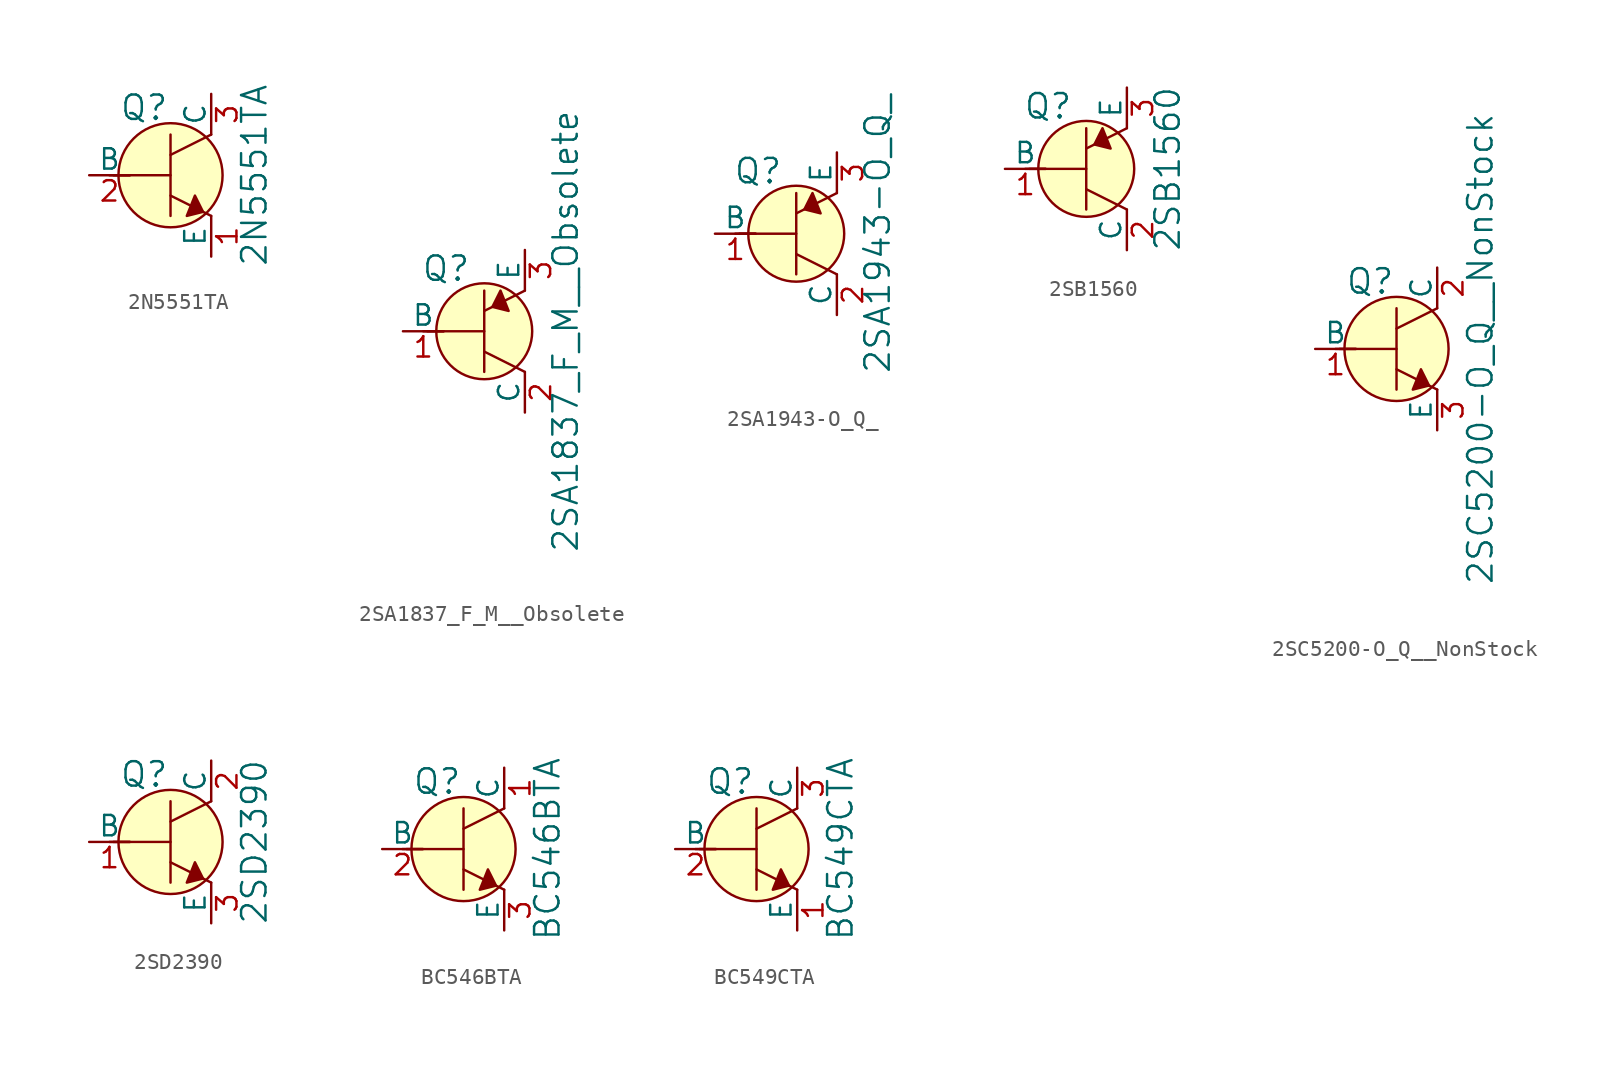
<source format=kicad_sym>
(kicad_symbol_lib
  (version 20220914)
  (generator kicad_symbol_editor)
  (symbol "2N5551TA"
    (pin_names
      (offset 0))
    (property "Reference" "Q"
      (at -3.2 4.216 0)
      (effects (font (size 1.524 1.524)) (justify left)))
    (property "Value" "2N5551TA"
      (at 5.232 0 90)
      (effects (font (size 1.524 1.524))))
    (symbol "2N5551TA_0_1"
      (polyline (pts (xy -3.81 0) (xy -2.54 0)) (stroke (width 0) (type solid)) (fill (type none)))
      (polyline (pts (xy -3.556 0) (xy 0 0)) (stroke (width 0) (type solid)) (fill (type none)))
      (polyline (pts (xy 0 -1.27) (xy 2.54 -2.54)) (stroke (width 0) (type solid)) (fill (type none)))
      (polyline (pts (xy 0 1.27) (xy 2.54 2.54)) (stroke (width 0) (type solid)) (fill (type none)))
      (polyline (pts (xy 0 2.54) (xy 0 -2.54)) (stroke (width 0) (type solid)) (fill (type none)))
      (polyline (pts (xy 1.524 -1.27) (xy 2.032 -2.286) (xy 1.016 -2.54) (xy 1.524 -1.27)) (stroke (width 0) (type solid)) (fill (type outline)))
      (circle (center 0 0) (radius 3.251) (stroke (width 0) (type solid)) (fill (type background))))
    (symbol "2N5551TA_1_1"
      (pin passive line (at 2.54 -5.08 90) (length 2.54) (name "E" (effects (font (size 1.27 1.27)))) (number "1" (effects (font (size 1.27 1.27)))))
      (pin input line (at -5.08 0 0) (length 2.54) (name "B" (effects (font (size 1.27 1.27)))) (number "2" (effects (font (size 1.27 1.27)))))
      (pin passive line (at 2.54 5.08 270) (length 2.54) (name "C" (effects (font (size 1.27 1.27)))) (number "3" (effects (font (size 1.27 1.27)))))))
  (symbol "2SA1837_F_M__Obsolete"
    (pin_names
      (offset 0))
    (property "Reference" "Q"
      (at -2.388 3.912 0)
      (effects (font (size 1.524 1.524))))
    (property "Value" "2SA1837_F_M__Obsolete"
      (at 5.08 0 90)
      (effects (font (size 1.524 1.524))))
    (symbol "2SA1837_F_M__Obsolete_0_1"
      (polyline (pts (xy -3.81 0) (xy -2.54 0)) (stroke (width 0) (type solid)) (fill (type none)))
      (polyline (pts (xy -3.556 0) (xy 0 0)) (stroke (width 0) (type solid)) (fill (type none)))
      (polyline (pts (xy 0 -1.27) (xy 2.54 -2.54)) (stroke (width 0) (type solid)) (fill (type none)))
      (polyline (pts (xy 0 1.27) (xy 2.54 2.54)) (stroke (width 0) (type solid)) (fill (type none)))
      (polyline (pts (xy 0 2.54) (xy 0 -2.54)) (stroke (width 0) (type solid)) (fill (type none)))
      (polyline (pts (xy 1.016 2.54) (xy 0.508 1.524) (xy 1.524 1.27) (xy 1.016 2.54)) (stroke (width 0) (type solid)) (fill (type outline)))
      (circle (center 0 0) (radius 2.997) (stroke (width 0) (type solid)) (fill (type background))))
    (symbol "2SA1837_F_M__Obsolete_1_1"
      (pin input line (at -5.08 0 0) (length 2.54) (name "B" (effects (font (size 1.27 1.27)))) (number "1" (effects (font (size 1.27 1.27)))))
      (pin passive line (at 2.54 -5.08 90) (length 2.54) (name "C" (effects (font (size 1.27 1.27)))) (number "2" (effects (font (size 1.27 1.27)))))
      (pin passive line (at 2.54 5.08 270) (length 2.54) (name "E" (effects (font (size 1.27 1.27)))) (number "3" (effects (font (size 1.27 1.27)))))))
  (symbol "2SA1943-O_Q_"
    (pin_names
      (offset 0))
    (property "Reference" "Q"
      (at -2.388 3.912 0)
      (effects (font (size 1.524 1.524))))
    (property "Value" "2SA1943-O_Q_"
      (at 5.08 0 90)
      (effects (font (size 1.524 1.524))))
    (symbol "2SA1943-O_Q__0_1"
      (polyline (pts (xy -3.81 0) (xy -2.54 0)) (stroke (width 0) (type solid)) (fill (type none)))
      (polyline (pts (xy -3.556 0) (xy 0 0)) (stroke (width 0) (type solid)) (fill (type none)))
      (polyline (pts (xy 0 -1.27) (xy 2.54 -2.54)) (stroke (width 0) (type solid)) (fill (type none)))
      (polyline (pts (xy 0 1.27) (xy 2.54 2.54)) (stroke (width 0) (type solid)) (fill (type none)))
      (polyline (pts (xy 0 2.54) (xy 0 -2.54)) (stroke (width 0) (type solid)) (fill (type none)))
      (polyline (pts (xy 1.016 2.54) (xy 0.508 1.524) (xy 1.524 1.27) (xy 1.016 2.54)) (stroke (width 0) (type solid)) (fill (type outline)))
      (circle (center 0 0) (radius 2.997) (stroke (width 0) (type solid)) (fill (type background))))
    (symbol "2SA1943-O_Q__1_1"
      (pin input line (at -5.08 0 0) (length 2.54) (name "B" (effects (font (size 1.27 1.27)))) (number "1" (effects (font (size 1.27 1.27)))))
      (pin passive line (at 2.54 -5.08 90) (length 2.54) (name "C" (effects (font (size 1.27 1.27)))) (number "2" (effects (font (size 1.27 1.27)))))
      (pin passive line (at 2.54 5.08 270) (length 2.54) (name "E" (effects (font (size 1.27 1.27)))) (number "3" (effects (font (size 1.27 1.27)))))))
  (symbol "2SB1560"
    (pin_names
      (offset 0))
    (property "Reference" "Q"
      (at -2.388 3.912 0)
      (effects (font (size 1.524 1.524))))
    (property "Value" "2SB1560"
      (at 5.08 0 90)
      (effects (font (size 1.524 1.524))))
    (symbol "2SB1560_0_1"
      (polyline (pts (xy -3.81 0) (xy -2.54 0)) (stroke (width 0) (type solid)) (fill (type none)))
      (polyline (pts (xy -3.556 0) (xy 0 0)) (stroke (width 0) (type solid)) (fill (type none)))
      (polyline (pts (xy 0 -1.27) (xy 2.54 -2.54)) (stroke (width 0) (type solid)) (fill (type none)))
      (polyline (pts (xy 0 1.27) (xy 2.54 2.54)) (stroke (width 0) (type solid)) (fill (type none)))
      (polyline (pts (xy 0 2.54) (xy 0 -2.54)) (stroke (width 0) (type solid)) (fill (type none)))
      (polyline (pts (xy 1.016 2.54) (xy 0.508 1.524) (xy 1.524 1.27) (xy 1.016 2.54)) (stroke (width 0) (type solid)) (fill (type outline)))
      (circle (center 0 0) (radius 2.997) (stroke (width 0) (type solid)) (fill (type background))))
    (symbol "2SB1560_1_1"
      (pin input line (at -5.08 0 0) (length 2.54) (name "B" (effects (font (size 1.27 1.27)))) (number "1" (effects (font (size 1.27 1.27)))))
      (pin passive line (at 2.54 -5.08 90) (length 2.54) (name "C" (effects (font (size 1.27 1.27)))) (number "2" (effects (font (size 1.27 1.27)))))
      (pin passive line (at 2.54 5.08 270) (length 2.54) (name "E" (effects (font (size 1.27 1.27)))) (number "3" (effects (font (size 1.27 1.27)))))))
  (symbol "2SC5200-O_Q__NonStock"
    (pin_names
      (offset 0))
    (property "Reference" "Q"
      (at -3.2 4.216 0)
      (effects (font (size 1.524 1.524)) (justify left)))
    (property "Value" "2SC5200-O_Q__NonStock"
      (at 5.232 0 90)
      (effects (font (size 1.524 1.524))))
    (symbol "2SC5200-O_Q__NonStock_0_1"
      (polyline (pts (xy -3.81 0) (xy -2.54 0)) (stroke (width 0) (type solid)) (fill (type none)))
      (polyline (pts (xy -3.556 0) (xy 0 0)) (stroke (width 0) (type solid)) (fill (type none)))
      (polyline (pts (xy 0 -1.27) (xy 2.54 -2.54)) (stroke (width 0) (type solid)) (fill (type none)))
      (polyline (pts (xy 0 1.27) (xy 2.54 2.54)) (stroke (width 0) (type solid)) (fill (type none)))
      (polyline (pts (xy 0 2.54) (xy 0 -2.54)) (stroke (width 0) (type solid)) (fill (type none)))
      (polyline (pts (xy 1.524 -1.27) (xy 2.032 -2.286) (xy 1.016 -2.54) (xy 1.524 -1.27)) (stroke (width 0) (type solid)) (fill (type outline)))
      (circle (center 0 0) (radius 3.251) (stroke (width 0) (type solid)) (fill (type background))))
    (symbol "2SC5200-O_Q__NonStock_1_1"
      (pin input line (at -5.08 0 0) (length 2.54) (name "B" (effects (font (size 1.27 1.27)))) (number "1" (effects (font (size 1.27 1.27)))))
      (pin passive line (at 2.54 5.08 270) (length 2.54) (name "C" (effects (font (size 1.27 1.27)))) (number "2" (effects (font (size 1.27 1.27)))))
      (pin passive line (at 2.54 -5.08 90) (length 2.54) (name "E" (effects (font (size 1.27 1.27)))) (number "3" (effects (font (size 1.27 1.27)))))))
  (symbol "2SD2390"
    (pin_names
      (offset 0))
    (property "Reference" "Q"
      (at -3.2 4.216 0)
      (effects (font (size 1.524 1.524)) (justify left)))
    (property "Value" "2SD2390"
      (at 5.232 0 90)
      (effects (font (size 1.524 1.524))))
    (symbol "2SD2390_0_1"
      (polyline (pts (xy -3.81 0) (xy -2.54 0)) (stroke (width 0) (type solid)) (fill (type none)))
      (polyline (pts (xy -3.556 0) (xy 0 0)) (stroke (width 0) (type solid)) (fill (type none)))
      (polyline (pts (xy 0 -1.27) (xy 2.54 -2.54)) (stroke (width 0) (type solid)) (fill (type none)))
      (polyline (pts (xy 0 1.27) (xy 2.54 2.54)) (stroke (width 0) (type solid)) (fill (type none)))
      (polyline (pts (xy 0 2.54) (xy 0 -2.54)) (stroke (width 0) (type solid)) (fill (type none)))
      (polyline (pts (xy 1.524 -1.27) (xy 2.032 -2.286) (xy 1.016 -2.54) (xy 1.524 -1.27)) (stroke (width 0) (type solid)) (fill (type outline)))
      (circle (center 0 0) (radius 3.251) (stroke (width 0) (type solid)) (fill (type background))))
    (symbol "2SD2390_1_1"
      (pin input line (at -5.08 0 0) (length 2.54) (name "B" (effects (font (size 1.27 1.27)))) (number "1" (effects (font (size 1.27 1.27)))))
      (pin passive line (at 2.54 5.08 270) (length 2.54) (name "C" (effects (font (size 1.27 1.27)))) (number "2" (effects (font (size 1.27 1.27)))))
      (pin passive line (at 2.54 -5.08 90) (length 2.54) (name "E" (effects (font (size 1.27 1.27)))) (number "3" (effects (font (size 1.27 1.27)))))))
  (symbol "BC546BTA"
    (pin_names
      (offset 0))
    (property "Reference" "Q"
      (at -3.2 4.216 0)
      (effects (font (size 1.524 1.524)) (justify left)))
    (property "Value" "BC546BTA"
      (at 5.232 0 90)
      (effects (font (size 1.524 1.524))))
    (symbol "BC546BTA_0_1"
      (polyline (pts (xy -3.81 0) (xy -2.54 0)) (stroke (width 0) (type solid)) (fill (type none)))
      (polyline (pts (xy -3.556 0) (xy 0 0)) (stroke (width 0) (type solid)) (fill (type none)))
      (polyline (pts (xy 0 -1.27) (xy 2.54 -2.54)) (stroke (width 0) (type solid)) (fill (type none)))
      (polyline (pts (xy 0 1.27) (xy 2.54 2.54)) (stroke (width 0) (type solid)) (fill (type none)))
      (polyline (pts (xy 0 2.54) (xy 0 -2.54)) (stroke (width 0) (type solid)) (fill (type none)))
      (polyline (pts (xy 1.524 -1.27) (xy 2.032 -2.286) (xy 1.016 -2.54) (xy 1.524 -1.27)) (stroke (width 0) (type solid)) (fill (type outline)))
      (circle (center 0 0) (radius 3.251) (stroke (width 0) (type solid)) (fill (type background))))
    (symbol "BC546BTA_1_1"
      (pin passive line (at 2.54 5.08 270) (length 2.54) (name "C" (effects (font (size 1.27 1.27)))) (number "1" (effects (font (size 1.27 1.27)))))
      (pin input line (at -5.08 0 0) (length 2.54) (name "B" (effects (font (size 1.27 1.27)))) (number "2" (effects (font (size 1.27 1.27)))))
      (pin passive line (at 2.54 -5.08 90) (length 2.54) (name "E" (effects (font (size 1.27 1.27)))) (number "3" (effects (font (size 1.27 1.27)))))))
  (symbol "BC549CTA"
    (pin_names
      (offset 0))
    (property "Reference" "Q"
      (at -3.2 4.216 0)
      (effects (font (size 1.524 1.524)) (justify left)))
    (property "Value" "BC549CTA"
      (at 5.232 0 90)
      (effects (font (size 1.524 1.524))))
    (symbol "BC549CTA_0_1"
      (polyline (pts (xy -3.81 0) (xy -2.54 0)) (stroke (width 0) (type solid)) (fill (type none)))
      (polyline (pts (xy -3.556 0) (xy 0 0)) (stroke (width 0) (type solid)) (fill (type none)))
      (polyline (pts (xy 0 -1.27) (xy 2.54 -2.54)) (stroke (width 0) (type solid)) (fill (type none)))
      (polyline (pts (xy 0 1.27) (xy 2.54 2.54)) (stroke (width 0) (type solid)) (fill (type none)))
      (polyline (pts (xy 0 2.54) (xy 0 -2.54)) (stroke (width 0) (type solid)) (fill (type none)))
      (polyline (pts (xy 1.524 -1.27) (xy 2.032 -2.286) (xy 1.016 -2.54) (xy 1.524 -1.27)) (stroke (width 0) (type solid)) (fill (type outline)))
      (circle (center 0 0) (radius 3.251) (stroke (width 0) (type solid)) (fill (type background))))
    (symbol "BC549CTA_1_1"
      (pin passive line (at 2.54 -5.08 90) (length 2.54) (name "E" (effects (font (size 1.27 1.27)))) (number "1" (effects (font (size 1.27 1.27)))))
      (pin input line (at -5.08 0 0) (length 2.54) (name "B" (effects (font (size 1.27 1.27)))) (number "2" (effects (font (size 1.27 1.27)))))
      (pin passive line (at 2.54 5.08 270) (length 2.54) (name "C" (effects (font (size 1.27 1.27)))) (number "3" (effects (font (size 1.27 1.27))))))))
</source>
